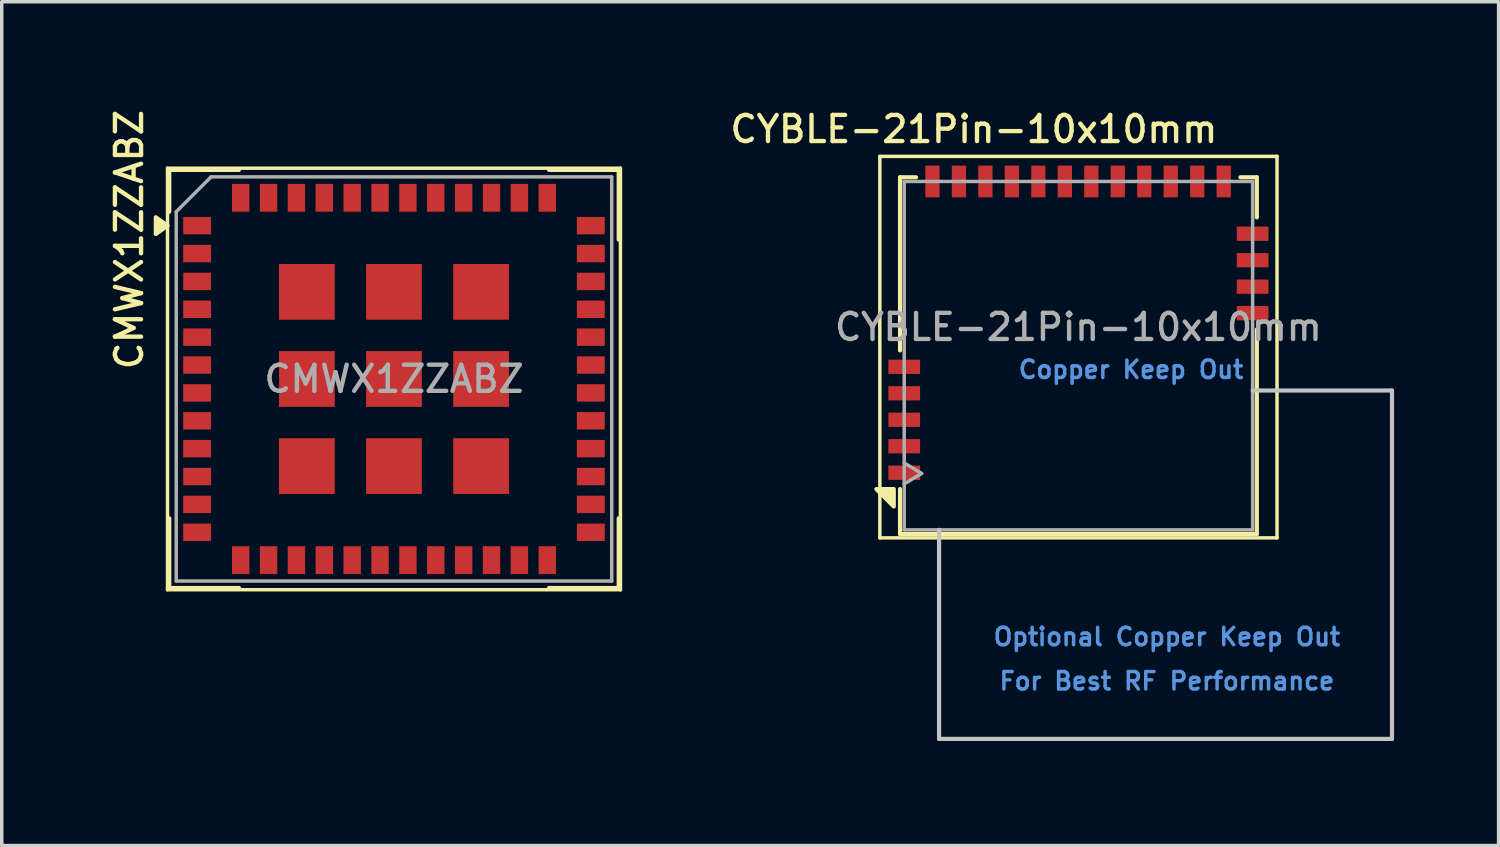
<source format=kicad_pcb>
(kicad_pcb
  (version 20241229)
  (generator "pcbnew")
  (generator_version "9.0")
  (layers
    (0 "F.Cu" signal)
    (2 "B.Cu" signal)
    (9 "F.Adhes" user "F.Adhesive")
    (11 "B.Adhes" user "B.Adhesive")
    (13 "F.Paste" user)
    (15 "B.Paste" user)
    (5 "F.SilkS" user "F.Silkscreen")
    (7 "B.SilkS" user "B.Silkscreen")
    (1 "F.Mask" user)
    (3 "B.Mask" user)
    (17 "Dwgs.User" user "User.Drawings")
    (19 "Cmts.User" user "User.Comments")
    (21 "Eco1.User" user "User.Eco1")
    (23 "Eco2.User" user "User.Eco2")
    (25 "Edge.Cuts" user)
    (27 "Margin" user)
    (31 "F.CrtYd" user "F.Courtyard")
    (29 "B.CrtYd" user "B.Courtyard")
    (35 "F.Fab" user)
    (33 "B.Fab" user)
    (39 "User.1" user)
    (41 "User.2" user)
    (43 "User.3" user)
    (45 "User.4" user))
  (footprint "CMWX1ZZABZ"
    (layer "F.Cu")
    (at 8.258 7.827)
    (property "Reference" "CMWX1ZZABZ" (at -7.6 -4 270) (layer "F.SilkS") (effects (font (size 0.75 0.75) (thickness 0.125))))
    (attr smd)
    (fp_line (start -6.5 -6.05) (end 6.5 -6.05) (stroke (width 0.1) (type solid)) (layer "F.SilkS"))
    (fp_line (start -6.5 6.05) (end -6.5 -6.05) (stroke (width 0.1) (type solid)) (layer "F.SilkS"))
    (fp_line (start -6.5 6.05) (end 6.5 6.05) (stroke (width 0.1) (type solid)) (layer "F.SilkS"))
    (fp_line (start -6.45 -6) (end -4.45 -6) (stroke (width 0.12) (type solid)) (layer "F.SilkS"))
    (fp_line (start -6.45 -4.8) (end -6.45 -6) (stroke (width 0.12) (type solid)) (layer "F.SilkS"))
    (fp_line (start -6.45 4) (end -6.45 6) (stroke (width 0.12) (type solid)) (layer "F.SilkS"))
    (fp_line (start -6.45 6) (end -4.45 6) (stroke (width 0.12) (type solid)) (layer "F.SilkS"))
    (fp_line (start 4.45 -6) (end 6.45 -6) (stroke (width 0.12) (type solid)) (layer "F.SilkS"))
    (fp_line (start 4.45 6) (end 6.45 6) (stroke (width 0.12) (type solid)) (layer "F.SilkS"))
    (fp_line (start 6.45 -6) (end 6.45 -4) (stroke (width 0.12) (type solid)) (layer "F.SilkS"))
    (fp_line (start 6.45 4) (end 6.45 6) (stroke (width 0.12) (type solid)) (layer "F.SilkS"))
    (fp_line (start 6.5 -6.05) (end 6.5 6.05) (stroke (width 0.1) (type solid)) (layer "F.SilkS"))
    (fp_poly (pts (xy -6.5 -4.4) (xy -6.836 -4.16) (xy -6.836 -4.64) (xy -6.5 -4.4)) (stroke (width 0.12) (type solid)) (fill yes) (layer "F.SilkS"))
    (fp_line (start -6.25 -4.8) (end -6.25 5.8) (stroke (width 0.1) (type solid)) (layer "F.Fab"))
    (fp_line (start -6.25 5.8) (end 6.25 5.8) (stroke (width 0.1) (type solid)) (layer "F.Fab"))
    (fp_line (start -5.25 -5.8) (end -6.25 -4.8) (stroke (width 0.1) (type solid)) (layer "F.Fab"))
    (fp_line (start -5.25 -5.8) (end 6.25 -5.8) (stroke (width 0.1) (type solid)) (layer "F.Fab"))
    (fp_line (start 6.25 -5.8) (end 6.25 5.8) (stroke (width 0.1) (type solid)) (layer "F.Fab"))
    (fp_text user "${REFERENCE}" (at 0 0 0) (layer "F.Fab") (effects (font (size 0.75 0.75) (thickness 0.125))))
    (pad "1" smd rect (at -5.65 -4.4) (size 0.8 0.5) (layers "F.Cu" "F.Mask" "F.Paste"))
    (pad "2" smd rect (at -5.65 -3.6) (size 0.8 0.5) (layers "F.Cu" "F.Mask" "F.Paste"))
    (pad "3" smd rect (at -5.65 -2.8) (size 0.8 0.5) (layers "F.Cu" "F.Mask" "F.Paste"))
    (pad "4" smd rect (at -5.65 -2) (size 0.8 0.5) (layers "F.Cu" "F.Mask" "F.Paste"))
    (pad "5" smd rect (at -5.65 -1.2) (size 0.8 0.5) (layers "F.Cu" "F.Mask" "F.Paste"))
    (pad "6" smd rect (at -5.65 -0.4) (size 0.8 0.5) (layers "F.Cu" "F.Mask" "F.Paste"))
    (pad "7" smd rect (at -5.65 0.4) (size 0.8 0.5) (layers "F.Cu" "F.Mask" "F.Paste"))
    (pad "8" smd rect (at -5.65 1.2) (size 0.8 0.5) (layers "F.Cu" "F.Mask" "F.Paste"))
    (pad "9" smd rect (at -5.65 2) (size 0.8 0.5) (layers "F.Cu" "F.Mask" "F.Paste"))
    (pad "10" smd rect (at -5.65 2.8) (size 0.8 0.5) (layers "F.Cu" "F.Mask" "F.Paste"))
    (pad "11" smd rect (at -5.65 3.6) (size 0.8 0.5) (layers "F.Cu" "F.Mask" "F.Paste"))
    (pad "12" smd rect (at -5.65 4.4) (size 0.8 0.5) (layers "F.Cu" "F.Mask" "F.Paste"))
    (pad "13" smd rect (at -4.4 5.2 90) (size 0.8 0.5) (layers "F.Cu" "F.Mask" "F.Paste"))
    (pad "14" smd rect (at -3.6 5.2 90) (size 0.8 0.5) (layers "F.Cu" "F.Mask" "F.Paste"))
    (pad "15" smd rect (at -2.8 5.2 90) (size 0.8 0.5) (layers "F.Cu" "F.Mask" "F.Paste"))
    (pad "16" smd rect (at -2 5.2 90) (size 0.8 0.5) (layers "F.Cu" "F.Mask" "F.Paste"))
    (pad "17" smd rect (at -1.2 5.2 90) (size 0.8 0.5) (layers "F.Cu" "F.Mask" "F.Paste"))
    (pad "18" smd rect (at -0.4 5.2 90) (size 0.8 0.5) (layers "F.Cu" "F.Mask" "F.Paste"))
    (pad "19" smd rect (at 0.4 5.2 90) (size 0.8 0.5) (layers "F.Cu" "F.Mask" "F.Paste"))
    (pad "20" smd rect (at 1.2 5.2 270) (size 0.8 0.5) (layers "F.Cu" "F.Mask" "F.Paste"))
    (pad "21" smd rect (at 2 5.2 270) (size 0.8 0.5) (layers "F.Cu" "F.Mask" "F.Paste"))
    (pad "22" smd rect (at 2.8 5.2 270) (size 0.8 0.5) (layers "F.Cu" "F.Mask" "F.Paste"))
    (pad "23" smd rect (at 3.6 5.2 270) (size 0.8 0.5) (layers "F.Cu" "F.Mask" "F.Paste"))
    (pad "24" smd rect (at 4.4 5.2 270) (size 0.8 0.5) (layers "F.Cu" "F.Mask" "F.Paste"))
    (pad "25" smd rect (at 5.65 4.4) (size 0.8 0.5) (layers "F.Cu" "F.Mask" "F.Paste"))
    (pad "26" smd rect (at 5.65 3.6) (size 0.8 0.5) (layers "F.Cu" "F.Mask" "F.Paste"))
    (pad "27" smd rect (at 5.65 2.8) (size 0.8 0.5) (layers "F.Cu" "F.Mask" "F.Paste"))
    (pad "28" smd rect (at 5.65 2) (size 0.8 0.5) (layers "F.Cu" "F.Mask" "F.Paste"))
    (pad "29" smd rect (at 5.65 1.2) (size 0.8 0.5) (layers "F.Cu" "F.Mask" "F.Paste"))
    (pad "30" smd rect (at 5.65 0.4) (size 0.8 0.5) (layers "F.Cu" "F.Mask" "F.Paste"))
    (pad "31" smd rect (at 5.65 -0.4) (size 0.8 0.5) (layers "F.Cu" "F.Mask" "F.Paste"))
    (pad "32" smd rect (at 5.65 -1.2) (size 0.8 0.5) (layers "F.Cu" "F.Mask" "F.Paste"))
    (pad "33" smd rect (at 5.65 -2) (size 0.8 0.5) (layers "F.Cu" "F.Mask" "F.Paste"))
    (pad "34" smd rect (at 5.65 -2.8) (size 0.8 0.5) (layers "F.Cu" "F.Mask" "F.Paste"))
    (pad "35" smd rect (at 5.65 -3.6) (size 0.8 0.5) (layers "F.Cu" "F.Mask" "F.Paste"))
    (pad "36" smd rect (at 5.65 -4.4) (size 0.8 0.5) (layers "F.Cu" "F.Mask" "F.Paste"))
    (pad "37" smd rect (at 4.4 -5.2 90) (size 0.8 0.5) (layers "F.Cu" "F.Mask" "F.Paste"))
    (pad "38" smd rect (at 3.6 -5.2 90) (size 0.8 0.5) (layers "F.Cu" "F.Mask" "F.Paste"))
    (pad "39" smd rect (at 2.8 -5.2 90) (size 0.8 0.5) (layers "F.Cu" "F.Mask" "F.Paste"))
    (pad "40" smd rect (at 2 -5.2 90) (size 0.8 0.5) (layers "F.Cu" "F.Mask" "F.Paste"))
    (pad "41" smd rect (at 1.2 -5.2 90) (size 0.8 0.5) (layers "F.Cu" "F.Mask" "F.Paste"))
    (pad "42" smd rect (at 0.4 -5.2 90) (size 0.8 0.5) (layers "F.Cu" "F.Mask" "F.Paste"))
    (pad "43" smd rect (at -0.4 -5.2 90) (size 0.8 0.5) (layers "F.Cu" "F.Mask" "F.Paste"))
    (pad "44" smd rect (at -1.2 -5.2 90) (size 0.8 0.5) (layers "F.Cu" "F.Mask" "F.Paste"))
    (pad "45" smd rect (at -2 -5.2 90) (size 0.8 0.5) (layers "F.Cu" "F.Mask" "F.Paste"))
    (pad "46" smd rect (at -2.8 -5.2 90) (size 0.8 0.5) (layers "F.Cu" "F.Mask" "F.Paste"))
    (pad "47" smd rect (at -3.6 -5.2 90) (size 0.8 0.5) (layers "F.Cu" "F.Mask" "F.Paste"))
    (pad "48" smd rect (at -4.4 -5.2 90) (size 0.8 0.5) (layers "F.Cu" "F.Mask" "F.Paste"))
    (pad "49" smd rect (at -2.5 -2.5 90) (size 1.6 1.6) (layers "F.Cu" "F.Mask" "F.Paste"))
    (pad "50" smd rect (at 0 -2.5 90) (size 1.6 1.6) (layers "F.Cu" "F.Mask" "F.Paste"))
    (pad "51" smd rect (at 2.5 -2.5 90) (size 1.6 1.6) (layers "F.Cu" "F.Mask" "F.Paste"))
    (pad "52" smd rect (at -2.5 0 90) (size 1.6 1.6) (layers "F.Cu" "F.Mask" "F.Paste"))
    (pad "53" smd rect (at 0 0 90) (size 1.6 1.6) (layers "F.Cu" "F.Mask" "F.Paste"))
    (pad "54" smd rect (at 2.5 0 90) (size 1.6 1.6) (layers "F.Cu" "F.Mask" "F.Paste"))
    (pad "55" smd rect (at -2.5 2.5 90) (size 1.6 1.6) (layers "F.Cu" "F.Mask" "F.Paste"))
    (pad "56" smd rect (at 0 2.5 90) (size 1.6 1.6) (layers "F.Cu" "F.Mask" "F.Paste"))
    (pad "57" smd rect (at 2.5 2.5 90) (size 1.6 1.6) (layers "F.Cu" "F.Mask" "F.Paste")))
  (footprint "CYBLE-21Pin-10x10mm"
    (layer "F.Cu")
    (at 27.903 6.338)
    (property "Reference" "CYBLE-21Pin-10x10mm" (at -3 -5.68 0) (layer "F.SilkS") (effects (font (size 0.75 0.75) (thickness 0.125))))
    (attr smd)
    (fp_line (start -5.7 -4.9) (end -5.7 6.05) (stroke (width 0.1) (type solid)) (layer "F.SilkS"))
    (fp_line (start -5.7 6.05) (end 5.7 6.05) (stroke (width 0.1) (type solid)) (layer "F.SilkS"))
    (fp_line (start -5.12 -4.3) (end -5.12 0.67) (stroke (width 0.12) (type solid)) (layer "F.SilkS"))
    (fp_line (start -5.12 4.65) (end -5.12 5.94) (stroke (width 0.12) (type solid)) (layer "F.SilkS"))
    (fp_line (start -5.12 5.94) (end 5.12 5.94) (stroke (width 0.12) (type solid)) (layer "F.SilkS"))
    (fp_line (start -4.66 -4.3) (end -5.12 -4.3) (stroke (width 0.12) (type solid)) (layer "F.SilkS"))
    (fp_line (start 5.12 -4.3) (end 4.65 -4.3) (stroke (width 0.12) (type solid)) (layer "F.SilkS"))
    (fp_line (start 5.12 -4.3) (end 5.12 -3.15) (stroke (width 0.12) (type solid)) (layer "F.SilkS"))
    (fp_line (start 5.12 5.94) (end 5.12 0.07) (stroke (width 0.12) (type solid)) (layer "F.SilkS"))
    (fp_line (start 5.7 -4.9) (end -5.7 -4.9) (stroke (width 0.1) (type solid)) (layer "F.SilkS"))
    (fp_line (start 5.7 6.05) (end 5.7 -4.9) (stroke (width 0.1) (type solid)) (layer "F.SilkS"))
    (fp_poly (pts (xy -5.3 4.65) (xy -5.3 5.15) (xy -5.8 4.65) (xy -5.3 4.65)) (stroke (width 0.12) (type solid)) (fill yes) (layer "F.SilkS"))
    (fp_line (start -4 11.82) (end -4 5.82) (stroke (width 0.12) (type solid)) (layer "Dwgs.User"))
    (fp_line (start 5 1.82) (end 9 1.82) (stroke (width 0.12) (type solid)) (layer "Dwgs.User"))
    (fp_line (start 9 1.82) (end 9 11.82) (stroke (width 0.12) (type solid)) (layer "Dwgs.User"))
    (fp_line (start 9 11.82) (end -4 11.82) (stroke (width 0.12) (type solid)) (layer "Dwgs.User"))
    (fp_line (start -5 -4.18) (end 5 -4.18) (stroke (width 0.1) (type solid)) (layer "F.Fab"))
    (fp_line (start -5 3.9) (end -4.5 4.2) (stroke (width 0.1) (type solid)) (layer "F.Fab"))
    (fp_line (start -5 5.82) (end -5 -4.18) (stroke (width 0.1) (type solid)) (layer "F.Fab"))
    (fp_line (start -4.5 4.2) (end -5 4.5) (stroke (width 0.1) (type solid)) (layer "F.Fab"))
    (fp_line (start 5 -4.18) (end 5 5.82) (stroke (width 0.1) (type solid)) (layer "F.Fab"))
    (fp_line (start 5 5.82) (end -5 5.82) (stroke (width 0.1) (type solid)) (layer "F.Fab"))
    (fp_text user "For Best RF Performance" (at 2.54 10.16 0) (layer "Cmts.User") (effects (font (size 0.5 0.5) (thickness 0.1))))
    (fp_text user "Copper Keep Out" (at 1.51 1.22 0) (layer "Cmts.User") (effects (font (size 0.5 0.5) (thickness 0.1))))
    (fp_text user "Optional Copper Keep Out" (at 2.54 8.89 0) (layer "Cmts.User") (effects (font (size 0.5 0.5) (thickness 0.1))))
    (fp_text user "${REFERENCE}" (at 0 0 0) (layer "F.Fab") (effects (font (size 0.75 0.75) (thickness 0.125))))
    (pad "1" smd rect (at -5 4.18) (size 0.91 0.41) (layers "F.Cu" "F.Mask" "F.Paste"))
    (pad "2" smd rect (at -5 3.42) (size 0.91 0.41) (layers "F.Cu" "F.Mask" "F.Paste"))
    (pad "3" smd rect (at -5 2.66) (size 0.91 0.41) (layers "F.Cu" "F.Mask" "F.Paste"))
    (pad "4" smd rect (at -5 1.9) (size 0.91 0.41) (layers "F.Cu" "F.Mask" "F.Paste"))
    (pad "5" smd rect (at -5 1.14) (size 0.91 0.41) (layers "F.Cu" "F.Mask" "F.Paste"))
    (pad "6" smd rect (at -4.19 -4.18) (size 0.41 0.91) (layers "F.Cu" "F.Mask" "F.Paste"))
    (pad "7" smd rect (at -3.43 -4.18) (size 0.41 0.91) (layers "F.Cu" "F.Mask" "F.Paste"))
    (pad "8" smd rect (at -2.67 -4.18) (size 0.41 0.91) (layers "F.Cu" "F.Mask" "F.Paste"))
    (pad "9" smd rect (at -1.91 -4.18) (size 0.41 0.91) (layers "F.Cu" "F.Mask" "F.Paste"))
    (pad "10" smd rect (at -1.15 -4.18) (size 0.41 0.91) (layers "F.Cu" "F.Mask" "F.Paste"))
    (pad "11" smd rect (at -0.39 -4.18) (size 0.41 0.91) (layers "F.Cu" "F.Mask" "F.Paste"))
    (pad "12" smd rect (at 0.37 -4.18) (size 0.41 0.91) (layers "F.Cu" "F.Mask" "F.Paste"))
    (pad "13" smd rect (at 1.13 -4.18) (size 0.41 0.91) (layers "F.Cu" "F.Mask" "F.Paste"))
    (pad "14" smd rect (at 1.89 -4.18) (size 0.41 0.91) (layers "F.Cu" "F.Mask" "F.Paste"))
    (pad "15" smd rect (at 2.65 -4.18) (size 0.41 0.91) (layers "F.Cu" "F.Mask" "F.Paste"))
    (pad "16" smd rect (at 3.41 -4.18) (size 0.41 0.91) (layers "F.Cu" "F.Mask" "F.Paste"))
    (pad "17" smd rect (at 4.17 -4.18) (size 0.41 0.91) (layers "F.Cu" "F.Mask" "F.Paste"))
    (pad "18" smd rect (at 5 -2.68) (size 0.91 0.41) (layers "F.Cu" "F.Mask" "F.Paste"))
    (pad "19" smd rect (at 5 -1.92) (size 0.91 0.41) (layers "F.Cu" "F.Mask" "F.Paste"))
    (pad "20" smd rect (at 5 -1.16) (size 0.91 0.41) (layers "F.Cu" "F.Mask" "F.Paste"))
    (pad "21" smd rect (at 5 -0.4) (size 0.91 0.41) (layers "F.Cu" "F.Mask" "F.Paste"))
    (zone (net_name "") (layers "F.Cu" "B.Cu") (hatch full 0.508) (connect_pads) (min_thickness 0.254) (filled_areas_thickness no) (keepout (tracks not_allowed) (vias not_allowed) (pads not_allowed) (copperpour not_allowed) (footprints not_allowed)) (placement (enabled no)) (fill) (polygon (pts (xy 25.903 7.188) (xy 32.903 7.188) (xy 32.903 12.158) (xy 25.903 12.158)))))
  (gr_rect
    (start -3 -3)
    (end 39.963 21.218)
    (stroke (width 0.1) (type default))
    (fill no)
    (layer "Edge.Cuts")))
</source>
